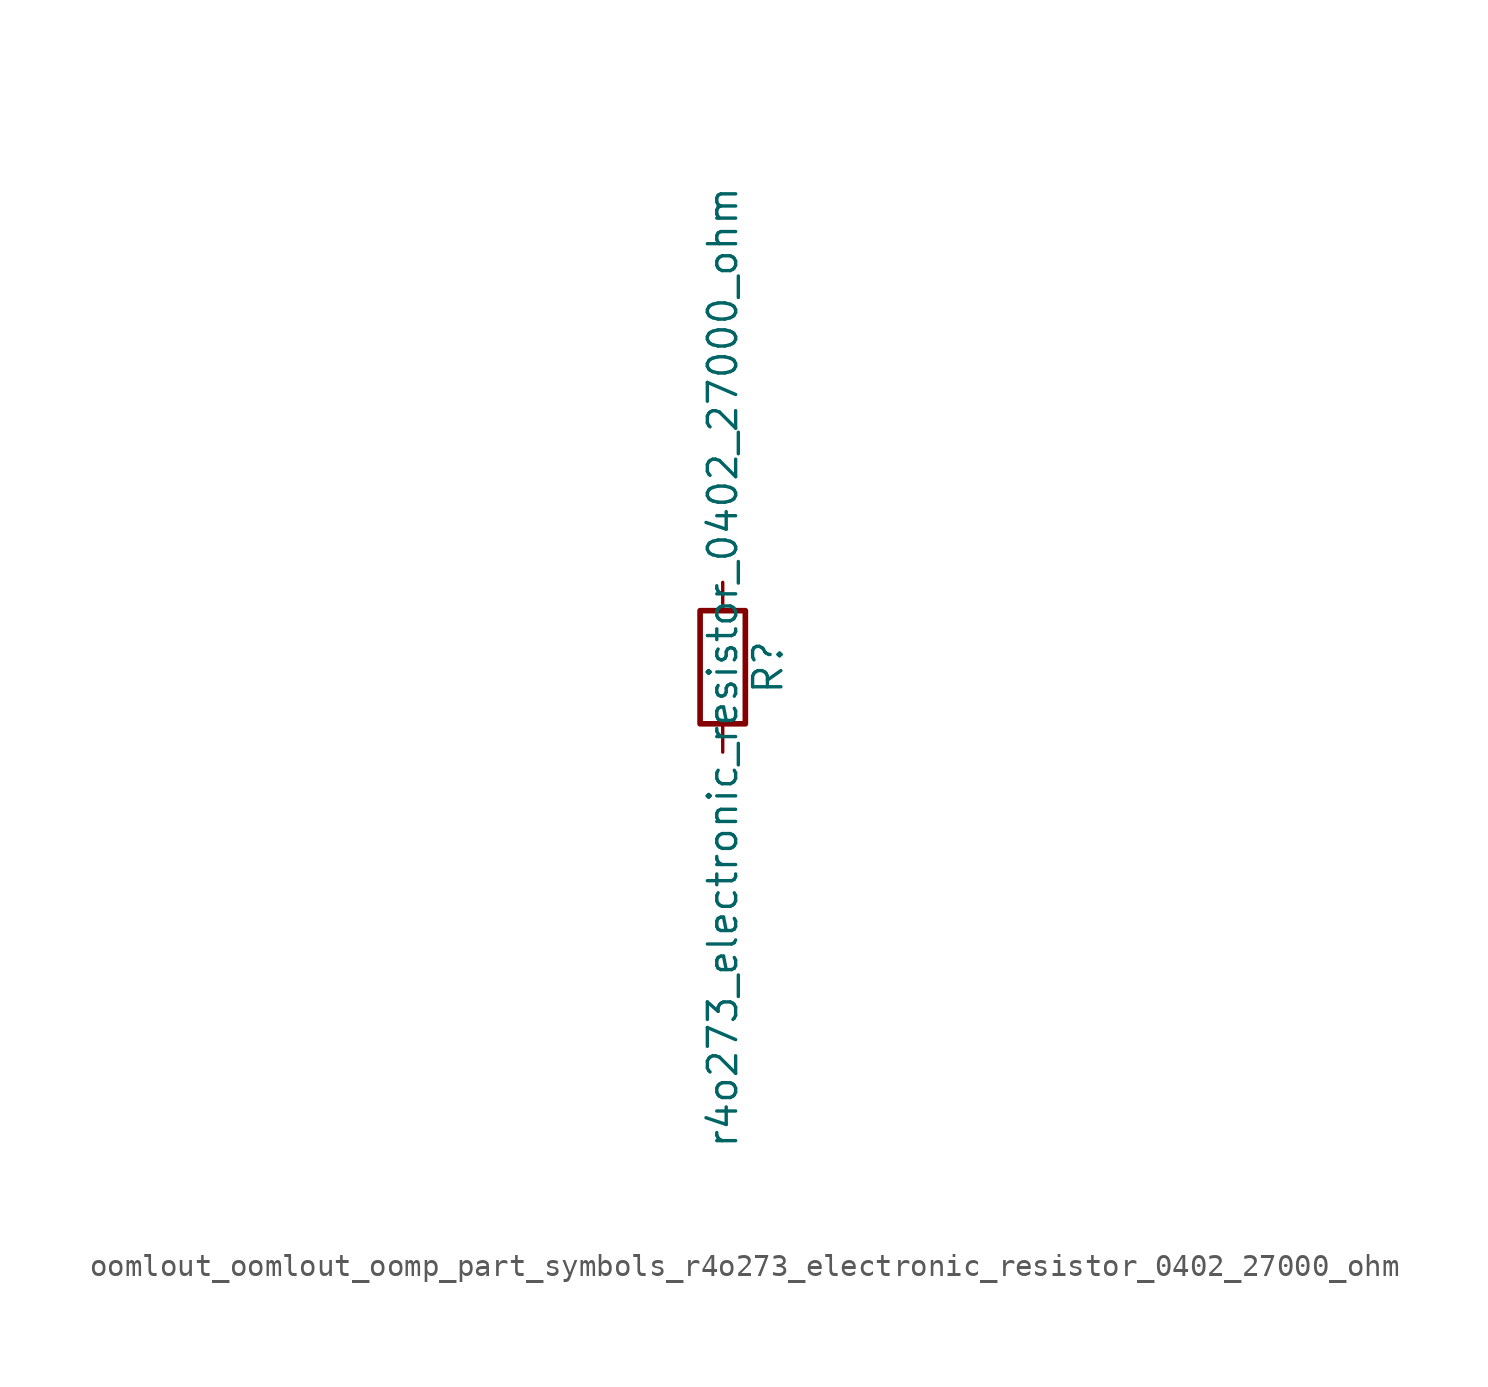
<source format=kicad_sym>
(kicad_symbol_lib
  (version 20220914)
  (generator kicad_symbol_editor)
  (symbol "oomlout_oomlout_oomp_part_symbols_r4o273_electronic_resistor_0402_27000_ohm"
    (pin_numbers hide)
    (pin_names
      (offset 0))
    (property "Reference" "R"
      (at 2.032 0 90)
      (effects (font (size 1.27 1.27))))
    (property "Value" "r4o273_electronic_resistor_0402_27000_ohm"
      (at 0 0 90)
      (effects (font (size 1.27 1.27))))
    (symbol "oomlout_oomlout_oomp_part_symbols_r4o273_electronic_resistor_0402_27000_ohm_0_1"
      (rectangle (start -1.016 -2.54) (end 1.016 2.54) (stroke (width 0.254) (type default)) (fill (type none))))
    (symbol "oomlout_oomlout_oomp_part_symbols_r4o273_electronic_resistor_0402_27000_ohm_1_1"
      (pin passive line (at 0 3.81 270) (length 1.27) (name "~" (effects (font (size 1.27 1.27)))) (number "1" (effects (font (size 1.27 1.27)))))
      (pin passive line (at 0 -3.81 90) (length 1.27) (name "~" (effects (font (size 1.27 1.27)))) (number "2" (effects (font (size 1.27 1.27))))))))
</source>
